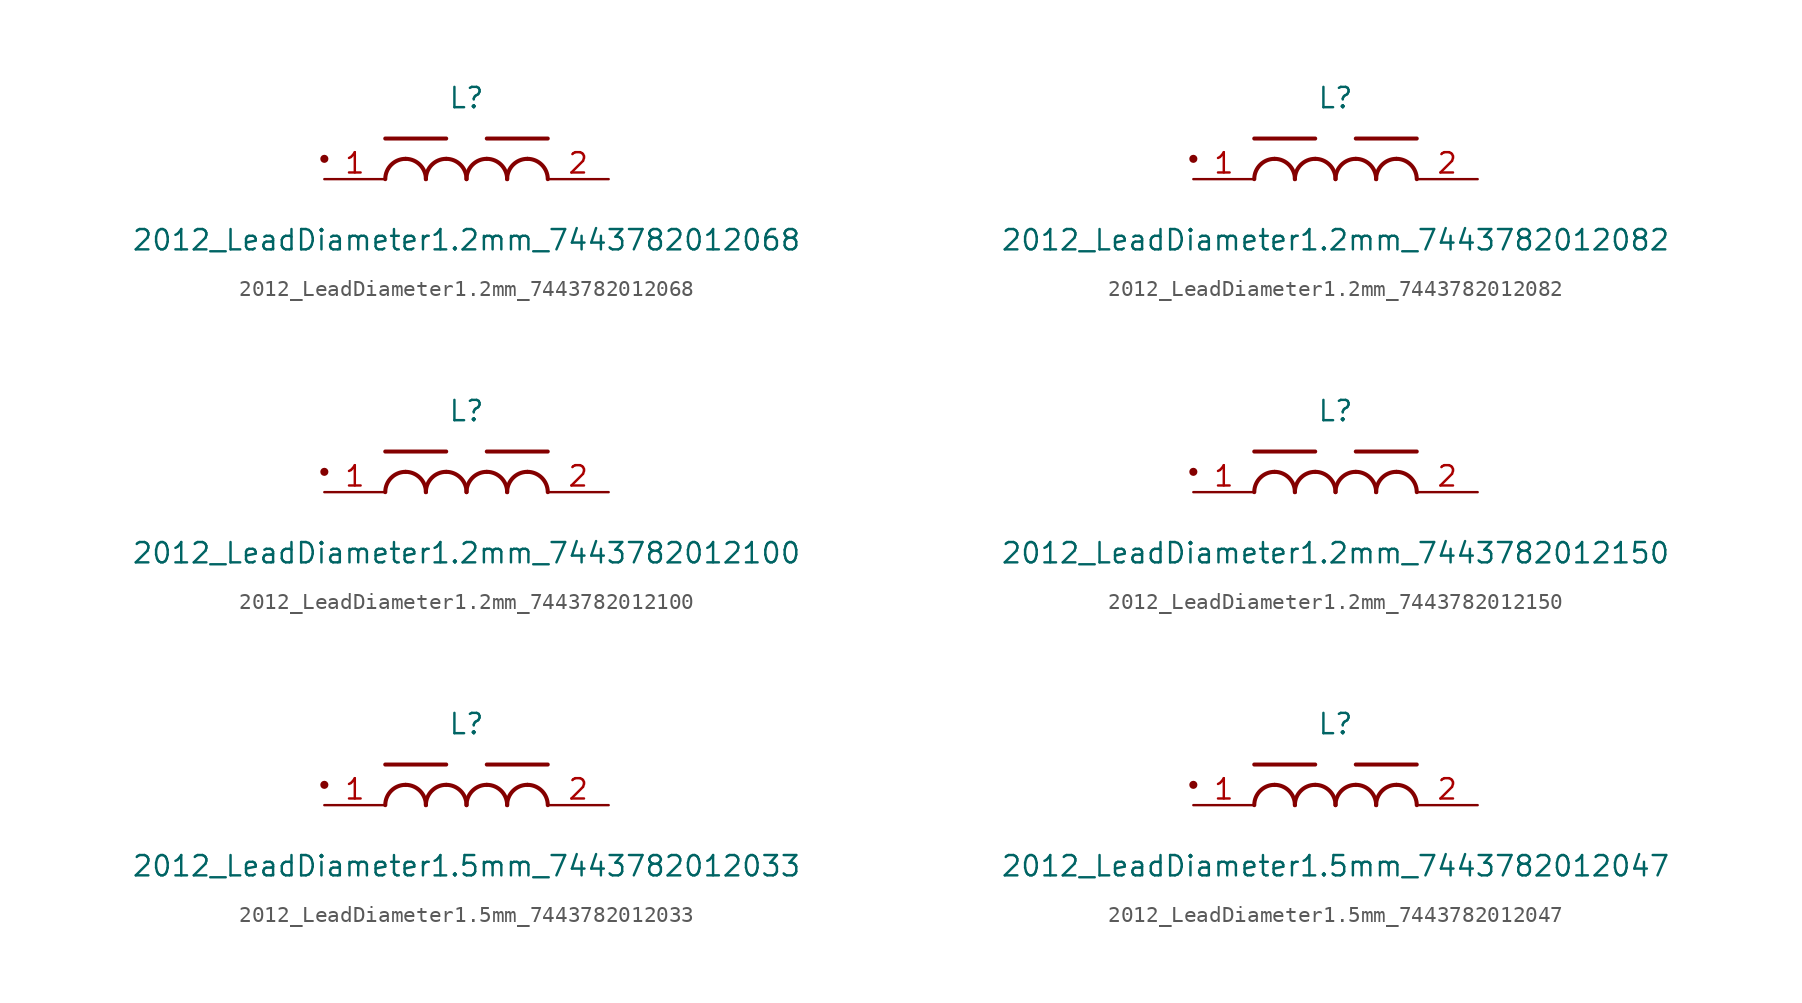
<source format=kicad_sym>
(kicad_symbol_lib
  (version 20220914)
  (generator kicad_symbol_editor)
  (symbol "2012_LeadDiameter1.2mm_7443782012068"
    (pin_names hide)
    (property "Reference" "L"
      (at 0 5.08 0)
      (effects (font (size 1.27 1.27))))
    (property "Value" "2012_LeadDiameter1.2mm_7443782012068"
      (at 0 -3.81 0)
      (effects (font (size 1.27 1.27))))
    (symbol "2012_LeadDiameter1.2mm_7443782012068_0_1"
      (circle (center -8.89 1.27) (radius 0.0001) (stroke (width 0.254) (type default)) (fill (type none)))
      (arc (start -3.81 1.27) (mid -4.708 0.898) (end -5.08 0) (stroke (width 0.254) (type default)) (fill (type none)))
      (arc (start -2.54 0) (mid -2.912 0.898) (end -3.81 1.27) (stroke (width 0.254) (type default)) (fill (type none)))
      (arc (start -1.2699 1.2701) (mid -2.1679 0.8981) (end -2.5399 0.0001) (stroke (width 0.254) (type default)) (fill (type none)))
      (arc (start 0.0001 0.0001) (mid -0.3719 0.8981) (end -1.2699 1.2701) (stroke (width 0.254) (type default)) (fill (type none)))
      (polyline (pts (xy -5.08 2.54) (xy -1.27 2.54)) (stroke (width 0.254) (type default)) (fill (type none)))
      (polyline (pts (xy 5.08 2.54) (xy 1.27 2.54)) (stroke (width 0.254) (type default)) (fill (type none)))
      (arc (start 1.2701 1.2701) (mid 0.3721 0.8981) (end 0.0001 0.0001) (stroke (width 0.254) (type default)) (fill (type none)))
      (arc (start 2.5401 0.0001) (mid 2.1681 0.8981) (end 1.2701 1.2701) (stroke (width 0.254) (type default)) (fill (type none)))
      (arc (start 3.8101 1.2701) (mid 2.9121 0.8981) (end 2.5401 0.0001) (stroke (width 0.254) (type default)) (fill (type none)))
      (arc (start 5.0801 0.0001) (mid 4.7081 0.8981) (end 3.8101 1.2701) (stroke (width 0.254) (type default)) (fill (type none))))
    (symbol "2012_LeadDiameter1.2mm_7443782012068_1_1"
      (pin passive line (at -8.89 0 0) (length 3.81) (name "1" (effects (font (size 1.27 1.27)))) (number "1" (effects (font (size 1.27 1.27)))))
      (pin passive line (at 8.89 0 180) (length 3.81) (name "2" (effects (font (size 1.27 1.27)))) (number "2" (effects (font (size 1.27 1.27)))))))
  (symbol "2012_LeadDiameter1.2mm_7443782012082"
    (pin_names hide)
    (property "Reference" "L"
      (at 0 5.08 0)
      (effects (font (size 1.27 1.27))))
    (property "Value" "2012_LeadDiameter1.2mm_7443782012082"
      (at 0 -3.81 0)
      (effects (font (size 1.27 1.27))))
    (symbol "2012_LeadDiameter1.2mm_7443782012082_0_1"
      (circle (center -8.89 1.27) (radius 0.0001) (stroke (width 0.254) (type default)) (fill (type none)))
      (arc (start -3.81 1.27) (mid -4.708 0.898) (end -5.08 0) (stroke (width 0.254) (type default)) (fill (type none)))
      (arc (start -2.54 0) (mid -2.912 0.898) (end -3.81 1.27) (stroke (width 0.254) (type default)) (fill (type none)))
      (arc (start -1.2699 1.2701) (mid -2.1679 0.8981) (end -2.5399 0.0001) (stroke (width 0.254) (type default)) (fill (type none)))
      (arc (start 0.0001 0.0001) (mid -0.3719 0.8981) (end -1.2699 1.2701) (stroke (width 0.254) (type default)) (fill (type none)))
      (polyline (pts (xy -5.08 2.54) (xy -1.27 2.54)) (stroke (width 0.254) (type default)) (fill (type none)))
      (polyline (pts (xy 5.08 2.54) (xy 1.27 2.54)) (stroke (width 0.254) (type default)) (fill (type none)))
      (arc (start 1.2701 1.2701) (mid 0.3721 0.8981) (end 0.0001 0.0001) (stroke (width 0.254) (type default)) (fill (type none)))
      (arc (start 2.5401 0.0001) (mid 2.1681 0.8981) (end 1.2701 1.2701) (stroke (width 0.254) (type default)) (fill (type none)))
      (arc (start 3.8101 1.2701) (mid 2.9121 0.8981) (end 2.5401 0.0001) (stroke (width 0.254) (type default)) (fill (type none)))
      (arc (start 5.0801 0.0001) (mid 4.7081 0.8981) (end 3.8101 1.2701) (stroke (width 0.254) (type default)) (fill (type none))))
    (symbol "2012_LeadDiameter1.2mm_7443782012082_1_1"
      (pin passive line (at -8.89 0 0) (length 3.81) (name "1" (effects (font (size 1.27 1.27)))) (number "1" (effects (font (size 1.27 1.27)))))
      (pin passive line (at 8.89 0 180) (length 3.81) (name "2" (effects (font (size 1.27 1.27)))) (number "2" (effects (font (size 1.27 1.27)))))))
  (symbol "2012_LeadDiameter1.2mm_7443782012100"
    (pin_names hide)
    (property "Reference" "L"
      (at 0 5.08 0)
      (effects (font (size 1.27 1.27))))
    (property "Value" "2012_LeadDiameter1.2mm_7443782012100"
      (at 0 -3.81 0)
      (effects (font (size 1.27 1.27))))
    (symbol "2012_LeadDiameter1.2mm_7443782012100_0_1"
      (circle (center -8.89 1.27) (radius 0.0001) (stroke (width 0.254) (type default)) (fill (type none)))
      (arc (start -3.81 1.27) (mid -4.708 0.898) (end -5.08 0) (stroke (width 0.254) (type default)) (fill (type none)))
      (arc (start -2.54 0) (mid -2.912 0.898) (end -3.81 1.27) (stroke (width 0.254) (type default)) (fill (type none)))
      (arc (start -1.2699 1.2701) (mid -2.1679 0.8981) (end -2.5399 0.0001) (stroke (width 0.254) (type default)) (fill (type none)))
      (arc (start 0.0001 0.0001) (mid -0.3719 0.8981) (end -1.2699 1.2701) (stroke (width 0.254) (type default)) (fill (type none)))
      (polyline (pts (xy -5.08 2.54) (xy -1.27 2.54)) (stroke (width 0.254) (type default)) (fill (type none)))
      (polyline (pts (xy 5.08 2.54) (xy 1.27 2.54)) (stroke (width 0.254) (type default)) (fill (type none)))
      (arc (start 1.2701 1.2701) (mid 0.3721 0.8981) (end 0.0001 0.0001) (stroke (width 0.254) (type default)) (fill (type none)))
      (arc (start 2.5401 0.0001) (mid 2.1681 0.8981) (end 1.2701 1.2701) (stroke (width 0.254) (type default)) (fill (type none)))
      (arc (start 3.8101 1.2701) (mid 2.9121 0.8981) (end 2.5401 0.0001) (stroke (width 0.254) (type default)) (fill (type none)))
      (arc (start 5.0801 0.0001) (mid 4.7081 0.8981) (end 3.8101 1.2701) (stroke (width 0.254) (type default)) (fill (type none))))
    (symbol "2012_LeadDiameter1.2mm_7443782012100_1_1"
      (pin passive line (at -8.89 0 0) (length 3.81) (name "1" (effects (font (size 1.27 1.27)))) (number "1" (effects (font (size 1.27 1.27)))))
      (pin passive line (at 8.89 0 180) (length 3.81) (name "2" (effects (font (size 1.27 1.27)))) (number "2" (effects (font (size 1.27 1.27)))))))
  (symbol "2012_LeadDiameter1.2mm_7443782012150"
    (pin_names hide)
    (property "Reference" "L"
      (at 0 5.08 0)
      (effects (font (size 1.27 1.27))))
    (property "Value" "2012_LeadDiameter1.2mm_7443782012150"
      (at 0 -3.81 0)
      (effects (font (size 1.27 1.27))))
    (symbol "2012_LeadDiameter1.2mm_7443782012150_0_1"
      (circle (center -8.89 1.27) (radius 0.0001) (stroke (width 0.254) (type default)) (fill (type none)))
      (arc (start -3.81 1.27) (mid -4.708 0.898) (end -5.08 0) (stroke (width 0.254) (type default)) (fill (type none)))
      (arc (start -2.54 0) (mid -2.912 0.898) (end -3.81 1.27) (stroke (width 0.254) (type default)) (fill (type none)))
      (arc (start -1.2699 1.2701) (mid -2.1679 0.8981) (end -2.5399 0.0001) (stroke (width 0.254) (type default)) (fill (type none)))
      (arc (start 0.0001 0.0001) (mid -0.3719 0.8981) (end -1.2699 1.2701) (stroke (width 0.254) (type default)) (fill (type none)))
      (polyline (pts (xy -5.08 2.54) (xy -1.27 2.54)) (stroke (width 0.254) (type default)) (fill (type none)))
      (polyline (pts (xy 5.08 2.54) (xy 1.27 2.54)) (stroke (width 0.254) (type default)) (fill (type none)))
      (arc (start 1.2701 1.2701) (mid 0.3721 0.8981) (end 0.0001 0.0001) (stroke (width 0.254) (type default)) (fill (type none)))
      (arc (start 2.5401 0.0001) (mid 2.1681 0.8981) (end 1.2701 1.2701) (stroke (width 0.254) (type default)) (fill (type none)))
      (arc (start 3.8101 1.2701) (mid 2.9121 0.8981) (end 2.5401 0.0001) (stroke (width 0.254) (type default)) (fill (type none)))
      (arc (start 5.0801 0.0001) (mid 4.7081 0.8981) (end 3.8101 1.2701) (stroke (width 0.254) (type default)) (fill (type none))))
    (symbol "2012_LeadDiameter1.2mm_7443782012150_1_1"
      (pin passive line (at -8.89 0 0) (length 3.81) (name "1" (effects (font (size 1.27 1.27)))) (number "1" (effects (font (size 1.27 1.27)))))
      (pin passive line (at 8.89 0 180) (length 3.81) (name "2" (effects (font (size 1.27 1.27)))) (number "2" (effects (font (size 1.27 1.27)))))))
  (symbol "2012_LeadDiameter1.5mm_7443782012033"
    (pin_names hide)
    (property "Reference" "L"
      (at 0 5.08 0)
      (effects (font (size 1.27 1.27))))
    (property "Value" "2012_LeadDiameter1.5mm_7443782012033"
      (at 0 -3.81 0)
      (effects (font (size 1.27 1.27))))
    (symbol "2012_LeadDiameter1.5mm_7443782012033_0_1"
      (circle (center -8.89 1.27) (radius 0.0001) (stroke (width 0.254) (type default)) (fill (type none)))
      (arc (start -3.81 1.27) (mid -4.708 0.898) (end -5.08 0) (stroke (width 0.254) (type default)) (fill (type none)))
      (arc (start -2.54 0) (mid -2.912 0.898) (end -3.81 1.27) (stroke (width 0.254) (type default)) (fill (type none)))
      (arc (start -1.2699 1.2701) (mid -2.1679 0.8981) (end -2.5399 0.0001) (stroke (width 0.254) (type default)) (fill (type none)))
      (arc (start 0.0001 0.0001) (mid -0.3719 0.8981) (end -1.2699 1.2701) (stroke (width 0.254) (type default)) (fill (type none)))
      (polyline (pts (xy -5.08 2.54) (xy -1.27 2.54)) (stroke (width 0.254) (type default)) (fill (type none)))
      (polyline (pts (xy 5.08 2.54) (xy 1.27 2.54)) (stroke (width 0.254) (type default)) (fill (type none)))
      (arc (start 1.2701 1.2701) (mid 0.3721 0.8981) (end 0.0001 0.0001) (stroke (width 0.254) (type default)) (fill (type none)))
      (arc (start 2.5401 0.0001) (mid 2.1681 0.8981) (end 1.2701 1.2701) (stroke (width 0.254) (type default)) (fill (type none)))
      (arc (start 3.8101 1.2701) (mid 2.9121 0.8981) (end 2.5401 0.0001) (stroke (width 0.254) (type default)) (fill (type none)))
      (arc (start 5.0801 0.0001) (mid 4.7081 0.8981) (end 3.8101 1.2701) (stroke (width 0.254) (type default)) (fill (type none))))
    (symbol "2012_LeadDiameter1.5mm_7443782012033_1_1"
      (pin passive line (at -8.89 0 0) (length 3.81) (name "1" (effects (font (size 1.27 1.27)))) (number "1" (effects (font (size 1.27 1.27)))))
      (pin passive line (at 8.89 0 180) (length 3.81) (name "2" (effects (font (size 1.27 1.27)))) (number "2" (effects (font (size 1.27 1.27)))))))
  (symbol "2012_LeadDiameter1.5mm_7443782012047"
    (pin_names hide)
    (property "Reference" "L"
      (at 0 5.08 0)
      (effects (font (size 1.27 1.27))))
    (property "Value" "2012_LeadDiameter1.5mm_7443782012047"
      (at 0 -3.81 0)
      (effects (font (size 1.27 1.27))))
    (symbol "2012_LeadDiameter1.5mm_7443782012047_0_1"
      (circle (center -8.89 1.27) (radius 0.0001) (stroke (width 0.254) (type default)) (fill (type none)))
      (arc (start -3.81 1.27) (mid -4.708 0.898) (end -5.08 0) (stroke (width 0.254) (type default)) (fill (type none)))
      (arc (start -2.54 0) (mid -2.912 0.898) (end -3.81 1.27) (stroke (width 0.254) (type default)) (fill (type none)))
      (arc (start -1.2699 1.2701) (mid -2.1679 0.8981) (end -2.5399 0.0001) (stroke (width 0.254) (type default)) (fill (type none)))
      (arc (start 0.0001 0.0001) (mid -0.3719 0.8981) (end -1.2699 1.2701) (stroke (width 0.254) (type default)) (fill (type none)))
      (polyline (pts (xy -5.08 2.54) (xy -1.27 2.54)) (stroke (width 0.254) (type default)) (fill (type none)))
      (polyline (pts (xy 5.08 2.54) (xy 1.27 2.54)) (stroke (width 0.254) (type default)) (fill (type none)))
      (arc (start 1.2701 1.2701) (mid 0.3721 0.8981) (end 0.0001 0.0001) (stroke (width 0.254) (type default)) (fill (type none)))
      (arc (start 2.5401 0.0001) (mid 2.1681 0.8981) (end 1.2701 1.2701) (stroke (width 0.254) (type default)) (fill (type none)))
      (arc (start 3.8101 1.2701) (mid 2.9121 0.8981) (end 2.5401 0.0001) (stroke (width 0.254) (type default)) (fill (type none)))
      (arc (start 5.0801 0.0001) (mid 4.7081 0.8981) (end 3.8101 1.2701) (stroke (width 0.254) (type default)) (fill (type none))))
    (symbol "2012_LeadDiameter1.5mm_7443782012047_1_1"
      (pin passive line (at -8.89 0 0) (length 3.81) (name "1" (effects (font (size 1.27 1.27)))) (number "1" (effects (font (size 1.27 1.27)))))
      (pin passive line (at 8.89 0 180) (length 3.81) (name "2" (effects (font (size 1.27 1.27)))) (number "2" (effects (font (size 1.27 1.27))))))))
</source>
